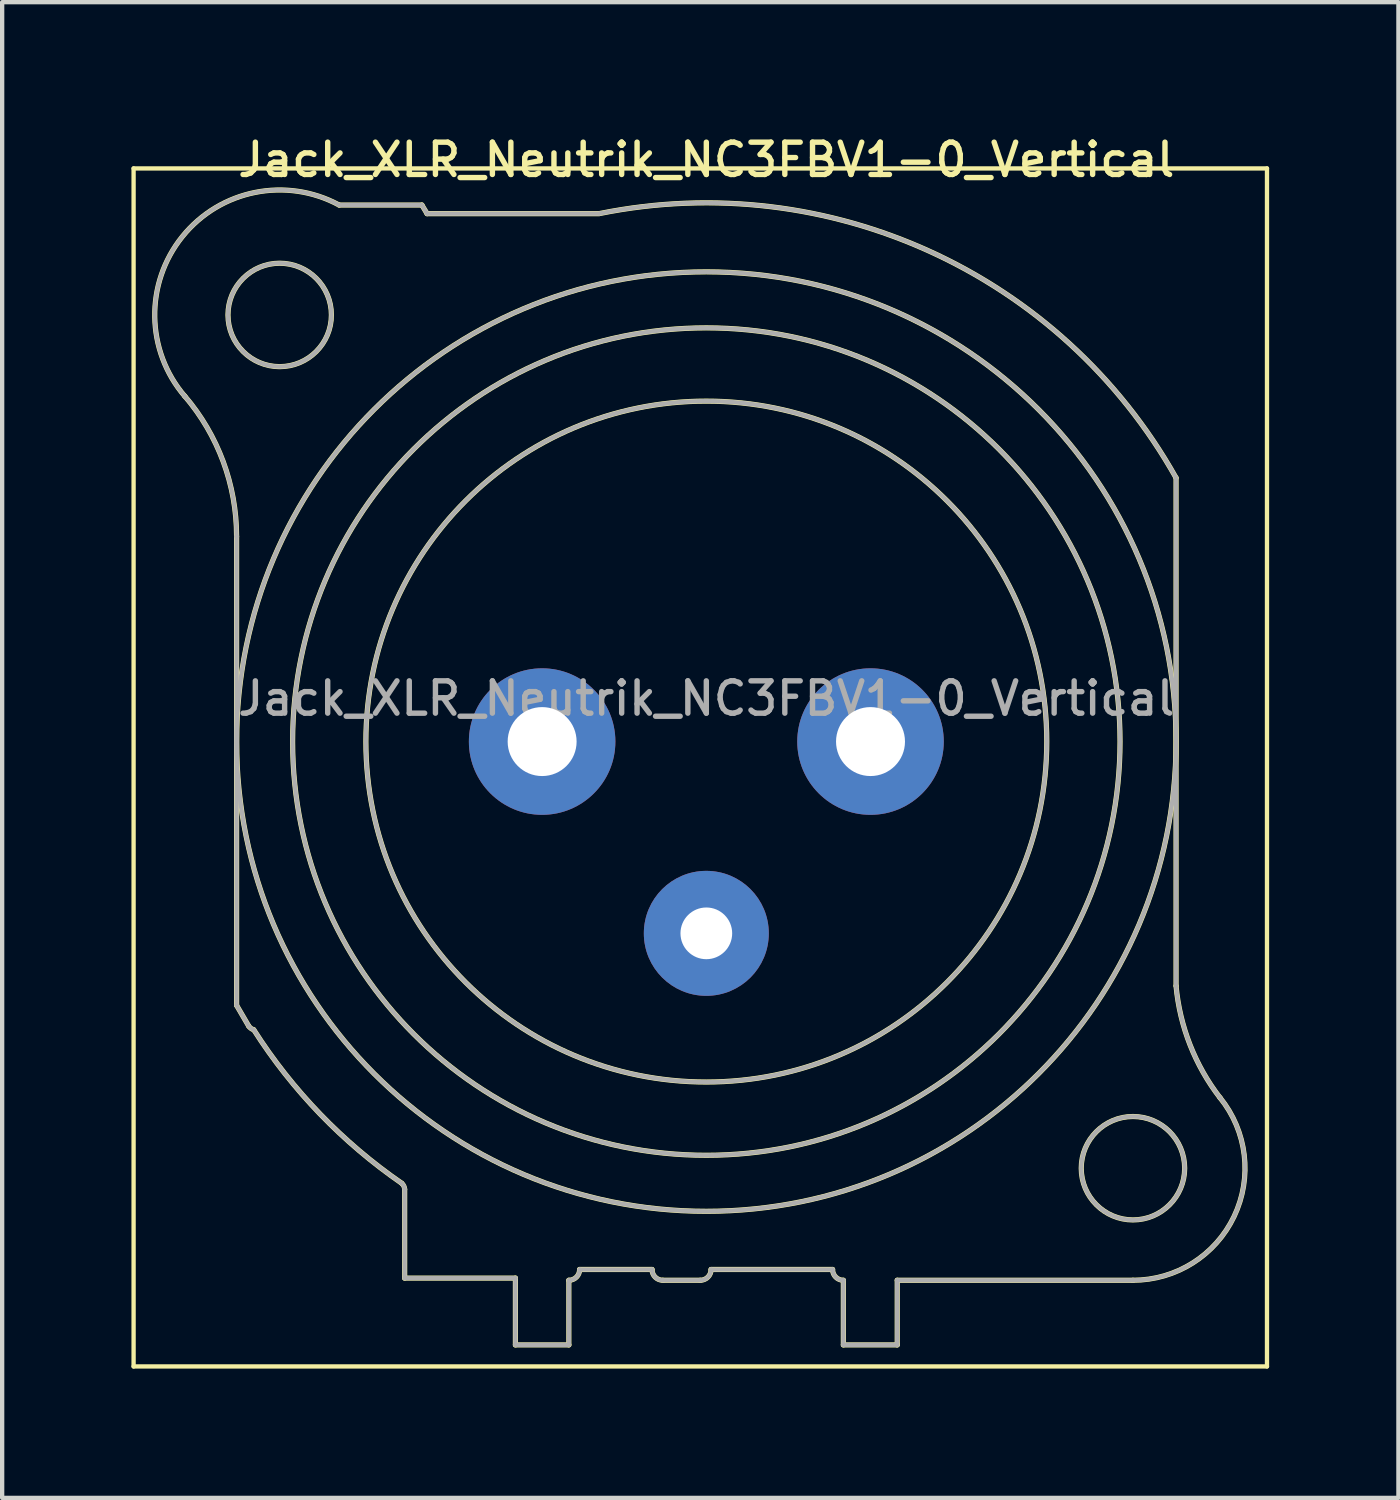
<source format=kicad_pcb>
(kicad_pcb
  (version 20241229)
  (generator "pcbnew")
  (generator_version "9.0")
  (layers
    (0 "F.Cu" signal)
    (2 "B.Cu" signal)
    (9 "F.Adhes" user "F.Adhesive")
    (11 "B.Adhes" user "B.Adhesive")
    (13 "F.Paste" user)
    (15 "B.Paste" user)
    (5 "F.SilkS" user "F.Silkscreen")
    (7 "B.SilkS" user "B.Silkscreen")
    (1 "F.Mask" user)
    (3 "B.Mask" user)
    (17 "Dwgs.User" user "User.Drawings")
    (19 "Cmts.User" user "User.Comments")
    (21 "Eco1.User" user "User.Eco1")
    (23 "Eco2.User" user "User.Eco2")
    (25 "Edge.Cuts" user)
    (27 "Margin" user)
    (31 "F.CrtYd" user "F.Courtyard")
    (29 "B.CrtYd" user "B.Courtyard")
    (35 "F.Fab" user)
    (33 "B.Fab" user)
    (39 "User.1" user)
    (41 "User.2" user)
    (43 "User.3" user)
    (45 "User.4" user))
  (footprint "Jack_XLR_Neutrik_NC3FBV1-0_Vertical"
    (layer "F.Cu")
    (at 17.15 14.158)
    (property "Reference" "Jack_XLR_Neutrik_NC3FBV1-0_Vertical" (at -3.81 -13.5 0) (layer "F.SilkS") (effects (font (size 0.75 0.75) (thickness 0.125))))
    (attr through_hole)
    (fp_line (start -17.1 -13.3) (end 9.2 -13.3) (stroke (width 0.1) (type solid)) (layer "F.SilkS"))
    (fp_line (start -17.1 14.5) (end -17.1 -13.3) (stroke (width 0.1) (type solid)) (layer "F.SilkS"))
    (fp_line (start -14.71 -4.76) (end -14.71 6.12) (stroke (width 0.12) (type solid)) (layer "F.SilkS"))
    (fp_line (start -14.71 6.12) (end -14.43 6.6) (stroke (width 0.12) (type solid)) (layer "F.SilkS"))
    (fp_line (start -10.81 10.39) (end -10.81 12.45) (stroke (width 0.12) (type solid)) (layer "F.SilkS"))
    (fp_line (start -10.81 12.45) (end -8.24 12.45) (stroke (width 0.12) (type solid)) (layer "F.SilkS"))
    (fp_line (start -10.41 -12.45) (end -12.33 -12.45) (stroke (width 0.12) (type solid)) (layer "F.SilkS"))
    (fp_line (start -10.29 -12.25) (end -10.41 -12.45) (stroke (width 0.12) (type solid)) (layer "F.SilkS"))
    (fp_line (start -8.24 12.45) (end -8.24 14) (stroke (width 0.12) (type solid)) (layer "F.SilkS"))
    (fp_line (start -7 14) (end -8.24 14) (stroke (width 0.12) (type solid)) (layer "F.SilkS"))
    (fp_line (start -7 14) (end -7 12.5) (stroke (width 0.12) (type solid)) (layer "F.SilkS"))
    (fp_line (start -6.75 12.25) (end -5.07 12.25) (stroke (width 0.12) (type solid)) (layer "F.SilkS"))
    (fp_line (start -6.3 -12.25) (end -10.29 -12.25) (stroke (width 0.12) (type solid)) (layer "F.SilkS"))
    (fp_line (start -4.82 12.5) (end -3.95 12.5) (stroke (width 0.12) (type solid)) (layer "F.SilkS"))
    (fp_line (start -3.7 12.25) (end -0.88 12.25) (stroke (width 0.12) (type solid)) (layer "F.SilkS"))
    (fp_line (start -0.63 12.5) (end -0.63 14) (stroke (width 0.12) (type solid)) (layer "F.SilkS"))
    (fp_line (start 0.62 12.5) (end 6.09 12.5) (stroke (width 0.12) (type solid)) (layer "F.SilkS"))
    (fp_line (start 0.62 14) (end -0.63 14) (stroke (width 0.12) (type solid)) (layer "F.SilkS"))
    (fp_line (start 0.62 14) (end 0.62 12.5) (stroke (width 0.12) (type solid)) (layer "F.SilkS"))
    (fp_line (start 7.09 5.67) (end 7.09 -6.12) (stroke (width 0.12) (type solid)) (layer "F.SilkS"))
    (fp_line (start 9.2 -13.3) (end 9.2 14.5) (stroke (width 0.1) (type solid)) (layer "F.SilkS"))
    (fp_line (start 9.2 14.5) (end -17.1 14.5) (stroke (width 0.1) (type solid)) (layer "F.SilkS"))
    (fp_arc (start -15.916051 -8.020379) (mid -15.021177 -6.498148) (end -14.71 -4.76) (stroke (width 0.12) (type solid)) (layer "F.SilkS"))
    (fp_arc (start -15.908884 -8.010077) (mid -15.967404 -11.719623) (end -12.33 -12.45) (stroke (width 0.12) (type solid)) (layer "F.SilkS"))
    (fp_arc (start -14.313753 6.685219) (mid -14.379716 6.653303) (end -14.43 6.6) (stroke (width 0.12) (type solid)) (layer "F.SilkS"))
    (fp_arc (start -10.879208 10.248532) (mid -12.772983 8.641241) (end -14.31 6.69) (stroke (width 0.12) (type solid)) (layer "F.SilkS"))
    (fp_arc (start -10.874359 10.252686) (mid -10.828679 10.315015) (end -10.81 10.39) (stroke (width 0.12) (type solid)) (layer "F.SilkS"))
    (fp_arc (start -6.75 12.25) (mid -6.823223 12.426777) (end -7 12.5) (stroke (width 0.12) (type solid)) (layer "F.SilkS"))
    (fp_arc (start -6.283571 -12.253402) (mid 1.401126 -11.362596) (end 7.09 -6.12) (stroke (width 0.12) (type solid)) (layer "F.SilkS"))
    (fp_arc (start -4.82 12.5) (mid -4.996777 12.426777) (end -5.07 12.25) (stroke (width 0.12) (type solid)) (layer "F.SilkS"))
    (fp_arc (start -3.7 12.25) (mid -3.773223 12.426777) (end -3.95 12.5) (stroke (width 0.12) (type solid)) (layer "F.SilkS"))
    (fp_arc (start -0.63 12.5) (mid -0.806777 12.426777) (end -0.88 12.25) (stroke (width 0.12) (type solid)) (layer "F.SilkS"))
    (fp_arc (start 8.110579 8.263767) (mid 8.436721 11.019329) (end 6.09 12.5) (stroke (width 0.12) (type solid)) (layer "F.SilkS"))
    (fp_arc (start 8.111727 8.266808) (mid 7.416073 7.041111) (end 7.09 5.67) (stroke (width 0.12) (type solid)) (layer "F.SilkS"))
    (fp_circle (center -13.71 -9.9) (end -12.51 -9.9) (stroke (width 0.12) (type solid)) (fill no) (layer "F.SilkS"))
    (fp_circle (center -3.81 0) (end 4.09 0) (stroke (width 0.12) (type solid)) (fill no) (layer "F.SilkS"))
    (fp_circle (center -3.81 0) (end 5.79 0) (stroke (width 0.12) (type solid)) (fill no) (layer "F.SilkS"))
    (fp_circle (center -3.81 0) (end 7.09 0) (stroke (width 0.12) (type solid)) (fill no) (layer "F.SilkS"))
    (fp_circle (center 6.09 9.9) (end 7.29 9.9) (stroke (width 0.12) (type solid)) (fill no) (layer "F.SilkS"))
    (fp_line (start -14.71 -4.76) (end -14.71 6.12) (stroke (width 0.1) (type solid)) (layer "F.Fab"))
    (fp_line (start -14.71 6.12) (end -14.43 6.6) (stroke (width 0.1) (type solid)) (layer "F.Fab"))
    (fp_line (start -10.81 10.39) (end -10.81 12.45) (stroke (width 0.1) (type solid)) (layer "F.Fab"))
    (fp_line (start -10.81 12.45) (end -8.24 12.45) (stroke (width 0.1) (type solid)) (layer "F.Fab"))
    (fp_line (start -10.41 -12.45) (end -12.33 -12.45) (stroke (width 0.1) (type solid)) (layer "F.Fab"))
    (fp_line (start -10.29 -12.25) (end -10.41 -12.45) (stroke (width 0.1) (type solid)) (layer "F.Fab"))
    (fp_line (start -8.24 12.45) (end -8.24 14) (stroke (width 0.1) (type solid)) (layer "F.Fab"))
    (fp_line (start -7 14) (end -8.24 14) (stroke (width 0.1) (type solid)) (layer "F.Fab"))
    (fp_line (start -7 14) (end -7 12.5) (stroke (width 0.1) (type solid)) (layer "F.Fab"))
    (fp_line (start -6.75 12.25) (end -5.07 12.25) (stroke (width 0.1) (type solid)) (layer "F.Fab"))
    (fp_line (start -6.3 -12.25) (end -10.29 -12.25) (stroke (width 0.1) (type solid)) (layer "F.Fab"))
    (fp_line (start -4.82 12.5) (end -3.95 12.5) (stroke (width 0.1) (type solid)) (layer "F.Fab"))
    (fp_line (start -3.7 12.25) (end -0.88 12.25) (stroke (width 0.1) (type solid)) (layer "F.Fab"))
    (fp_line (start -0.63 12.5) (end -0.63 14) (stroke (width 0.1) (type solid)) (layer "F.Fab"))
    (fp_line (start 0.62 12.5) (end 6.09 12.5) (stroke (width 0.1) (type solid)) (layer "F.Fab"))
    (fp_line (start 0.62 14) (end -0.63 14) (stroke (width 0.1) (type solid)) (layer "F.Fab"))
    (fp_line (start 0.62 14) (end 0.62 12.5) (stroke (width 0.1) (type solid)) (layer "F.Fab"))
    (fp_line (start 7.09 5.67) (end 7.09 -6.12) (stroke (width 0.1) (type solid)) (layer "F.Fab"))
    (fp_arc (start -15.916051 -8.020379) (mid -15.021177 -6.498148) (end -14.71 -4.76) (stroke (width 0.1) (type solid)) (layer "F.Fab"))
    (fp_arc (start -15.908884 -8.010077) (mid -15.967404 -11.719623) (end -12.33 -12.45) (stroke (width 0.1) (type solid)) (layer "F.Fab"))
    (fp_arc (start -14.313753 6.685219) (mid -14.379716 6.653303) (end -14.43 6.6) (stroke (width 0.1) (type solid)) (layer "F.Fab"))
    (fp_arc (start -10.879208 10.248532) (mid -12.772983 8.641241) (end -14.31 6.69) (stroke (width 0.1) (type solid)) (layer "F.Fab"))
    (fp_arc (start -10.874359 10.252686) (mid -10.828679 10.315015) (end -10.81 10.39) (stroke (width 0.1) (type solid)) (layer "F.Fab"))
    (fp_arc (start -6.75 12.25) (mid -6.823223 12.426777) (end -7 12.5) (stroke (width 0.1) (type solid)) (layer "F.Fab"))
    (fp_arc (start -6.283571 -12.253402) (mid 1.401126 -11.362596) (end 7.09 -6.12) (stroke (width 0.1) (type solid)) (layer "F.Fab"))
    (fp_arc (start -4.82 12.5) (mid -4.996777 12.426777) (end -5.07 12.25) (stroke (width 0.1) (type solid)) (layer "F.Fab"))
    (fp_arc (start -3.7 12.25) (mid -3.773223 12.426777) (end -3.95 12.5) (stroke (width 0.1) (type solid)) (layer "F.Fab"))
    (fp_arc (start -0.63 12.5) (mid -0.806777 12.426777) (end -0.88 12.25) (stroke (width 0.1) (type solid)) (layer "F.Fab"))
    (fp_arc (start 8.110579 8.263767) (mid 8.436721 11.019329) (end 6.09 12.5) (stroke (width 0.1) (type solid)) (layer "F.Fab"))
    (fp_arc (start 8.111727 8.266808) (mid 7.416073 7.041111) (end 7.09 5.67) (stroke (width 0.1) (type solid)) (layer "F.Fab"))
    (fp_circle (center -13.71 -9.9) (end -12.51 -9.9) (stroke (width 0.1) (type solid)) (fill no) (layer "F.Fab"))
    (fp_circle (center -3.81 0) (end 4.09 0) (stroke (width 0.1) (type solid)) (fill no) (layer "F.Fab"))
    (fp_circle (center -3.81 0) (end 5.79 0) (stroke (width 0.1) (type solid)) (fill no) (layer "F.Fab"))
    (fp_circle (center -3.81 0) (end 7.09 0) (stroke (width 0.1) (type solid)) (fill no) (layer "F.Fab"))
    (fp_circle (center 6.09 9.9) (end 7.29 9.9) (stroke (width 0.1) (type solid)) (fill no) (layer "F.Fab"))
    (fp_text user "${REFERENCE}" (at -3.81 -1 0) (layer "F.Fab") (effects (font (size 0.75 0.75) (thickness 0.125))))
    (pad "1" thru_hole circle (at 0 0) (size 3.4 3.4) (drill 1.6) (layers "*.Cu" "*.Mask"))
    (pad "2" thru_hole circle (at -7.62 0) (size 3.4 3.4) (drill 1.6) (layers "*.Cu" "*.Mask"))
    (pad "3" thru_hole circle (at -3.81 4.45) (size 2.9 2.9) (drill 1.2) (layers "*.Cu" "*.Mask")))
  (gr_rect
    (start -3 -3)
    (end 29.4 31.708)
    (stroke (width 0.1) (type default))
    (fill no)
    (layer "Edge.Cuts")))
</source>
